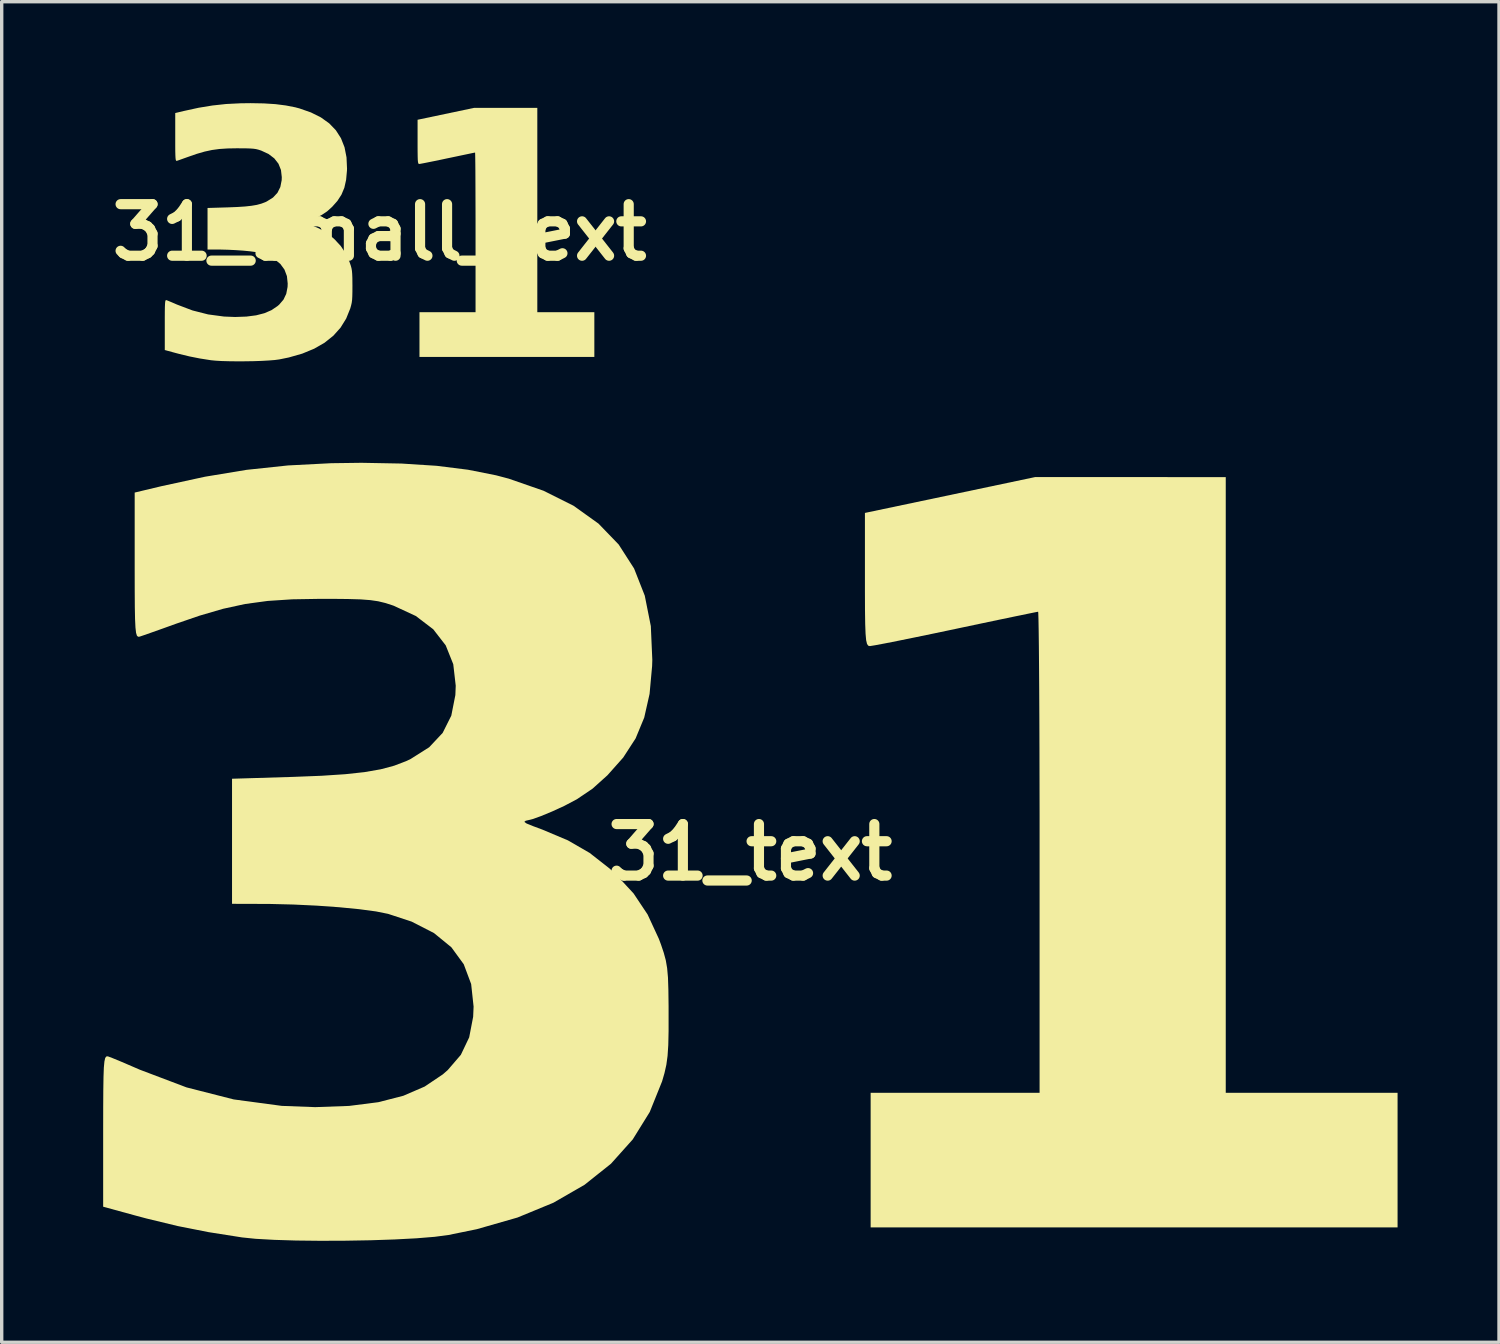
<source format=kicad_pcb>
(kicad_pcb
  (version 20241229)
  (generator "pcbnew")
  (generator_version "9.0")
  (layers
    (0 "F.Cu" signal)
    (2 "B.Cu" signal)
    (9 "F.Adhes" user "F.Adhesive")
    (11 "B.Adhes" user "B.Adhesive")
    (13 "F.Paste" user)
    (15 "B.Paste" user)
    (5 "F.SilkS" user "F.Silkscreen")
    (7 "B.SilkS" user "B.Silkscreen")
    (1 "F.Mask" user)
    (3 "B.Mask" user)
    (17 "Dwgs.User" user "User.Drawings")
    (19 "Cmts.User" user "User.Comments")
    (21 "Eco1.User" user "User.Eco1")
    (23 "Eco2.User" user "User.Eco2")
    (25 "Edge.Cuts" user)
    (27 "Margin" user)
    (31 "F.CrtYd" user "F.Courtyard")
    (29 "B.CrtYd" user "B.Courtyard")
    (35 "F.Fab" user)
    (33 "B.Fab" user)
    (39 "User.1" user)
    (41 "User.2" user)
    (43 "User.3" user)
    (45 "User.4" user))
  (footprint "31_small_text"
    (layer "F.Cu")
    (at 8.172 3.821)
    (property "Reference" "31_small_text" (at 0 0 0) (layer "F.SilkS") (effects (font (size 1.524 1.524) (thickness 0.3))))
    (attr board_only exclude_from_pos_files exclude_from_bom)
    (fp_poly (pts (xy 3.73 -3.681) (xy 4.664 -3.681) (xy 4.664 2.36) (xy 6.35 2.36) (xy 6.35 3.681) (xy 1.18 3.681) (xy 1.18 2.36) (xy 2.838 2.36) (xy 2.838 0) (xy 2.838 -0.359) (xy 2.837 -0.701) (xy 2.836 -1.022) (xy 2.835 -1.319) (xy 2.834 -1.587) (xy 2.833 -1.822) (xy 2.831 -2.019) (xy 2.829 -2.176) (xy 2.827 -2.287) (xy 2.825 -2.349) (xy 2.823 -2.36) (xy 2.793 -2.355) (xy 2.715 -2.339) (xy 2.596 -2.314) (xy 2.443 -2.282) (xy 2.263 -2.244) (xy 2.063 -2.202) (xy 2.014 -2.192) (xy 1.808 -2.148) (xy 1.619 -2.109) (xy 1.454 -2.076) (xy 1.32 -2.049) (xy 1.224 -2.031) (xy 1.175 -2.023) (xy 1.171 -2.023) (xy 1.156 -2.027) (xy 1.145 -2.044) (xy 1.136 -2.081) (xy 1.13 -2.144) (xy 1.127 -2.24) (xy 1.125 -2.375) (xy 1.124 -2.556) (xy 1.124 -2.676) (xy 1.124 -3.33) (xy 2.796 -3.682)) (stroke (width 0) (type solid)) (fill yes) (layer "F.SilkS"))
    (fp_poly (pts (xy -3.423 -3.814) (xy -3.077 -3.792) (xy -2.771 -3.753) (xy -2.495 -3.699) (xy -2.37 -3.666) (xy -2.029 -3.547) (xy -1.735 -3.4) (xy -1.49 -3.225) (xy -1.292 -3.02) (xy -1.141 -2.784) (xy -1.036 -2.518) (xy -0.977 -2.219) (xy -0.962 -1.888) (xy -0.964 -1.826) (xy -0.989 -1.554) (xy -1.041 -1.321) (xy -1.126 -1.117) (xy -1.247 -0.93) (xy -1.402 -0.756) (xy -1.549 -0.623) (xy -1.703 -0.52) (xy -1.827 -0.454) (xy -1.944 -0.4) (xy -2.053 -0.355) (xy -2.137 -0.326) (xy -2.161 -0.319) (xy -2.205 -0.309) (xy -2.218 -0.298) (xy -2.195 -0.282) (xy -2.13 -0.256) (xy -2.04 -0.222) (xy -1.79 -0.117) (xy -1.576 0.007) (xy -1.379 0.161) (xy -1.323 0.212) (xy -1.146 0.404) (xy -1.008 0.61) (xy -0.898 0.849) (xy -0.878 0.904) (xy -0.85 0.986) (xy -0.83 1.059) (xy -0.817 1.136) (xy -0.809 1.229) (xy -0.804 1.35) (xy -0.803 1.51) (xy -0.802 1.573) (xy -0.803 1.754) (xy -0.806 1.891) (xy -0.812 1.998) (xy -0.824 2.085) (xy -0.843 2.166) (xy -0.866 2.248) (xy -0.987 2.548) (xy -1.154 2.817) (xy -1.367 3.055) (xy -1.626 3.262) (xy -1.932 3.438) (xy -2.285 3.584) (xy -2.684 3.698) (xy -2.963 3.755) (xy -3.097 3.773) (xy -3.276 3.787) (xy -3.489 3.799) (xy -3.724 3.807) (xy -3.971 3.811) (xy -4.219 3.812) (xy -4.456 3.809) (xy -4.672 3.803) (xy -4.855 3.792) (xy -4.987 3.779) (xy -5.316 3.727) (xy -5.618 3.667) (xy -5.924 3.593) (xy -6.034 3.564) (xy -6.35 3.478) (xy -6.35 2.733) (xy -6.35 2.509) (xy -6.349 2.335) (xy -6.347 2.206) (xy -6.343 2.114) (xy -6.338 2.053) (xy -6.33 2.019) (xy -6.32 2.004) (xy -6.306 2.002) (xy -6.301 2.003) (xy -6.255 2.021) (xy -6.172 2.055) (xy -6.064 2.101) (xy -5.991 2.133) (xy -5.532 2.307) (xy -5.069 2.425) (xy -4.598 2.488) (xy -4.27 2.501) (xy -3.937 2.489) (xy -3.65 2.452) (xy -3.405 2.389) (xy -3.196 2.299) (xy -3.018 2.179) (xy -2.969 2.137) (xy -2.841 1.988) (xy -2.759 1.816) (xy -2.72 1.614) (xy -2.716 1.514) (xy -2.739 1.293) (xy -2.812 1.099) (xy -2.934 0.932) (xy -3.105 0.793) (xy -3.325 0.68) (xy -3.554 0.604) (xy -3.673 0.58) (xy -3.837 0.558) (xy -4.034 0.539) (xy -4.253 0.524) (xy -4.483 0.513) (xy -4.712 0.507) (xy -4.77 0.507) (xy -5.086 0.506) (xy -5.086 -0.722) (xy -4.486 -0.74) (xy -4.207 -0.751) (xy -3.976 -0.766) (xy -3.786 -0.787) (xy -3.628 -0.814) (xy -3.495 -0.85) (xy -3.378 -0.894) (xy -3.333 -0.916) (xy -3.151 -1.03) (xy -3.019 -1.171) (xy -2.934 -1.341) (xy -2.894 -1.543) (xy -2.891 -1.634) (xy -2.915 -1.845) (xy -2.989 -2.03) (xy -3.112 -2.188) (xy -3.282 -2.318) (xy -3.5 -2.419) (xy -3.512 -2.423) (xy -3.583 -2.446) (xy -3.652 -2.463) (xy -3.728 -2.474) (xy -3.824 -2.481) (xy -3.949 -2.485) (xy -4.115 -2.486) (xy -4.215 -2.487) (xy -4.494 -2.482) (xy -4.736 -2.466) (xy -4.956 -2.436) (xy -5.173 -2.389) (xy -5.404 -2.322) (xy -5.632 -2.243) (xy -5.759 -2.198) (xy -5.87 -2.158) (xy -5.952 -2.129) (xy -5.992 -2.116) (xy -6.007 -2.115) (xy -6.018 -2.125) (xy -6.027 -2.153) (xy -6.033 -2.205) (xy -6.037 -2.288) (xy -6.04 -2.407) (xy -6.041 -2.569) (xy -6.041 -2.78) (xy -6.041 -2.815) (xy -6.041 -3.529) (xy -5.781 -3.591) (xy -5.35 -3.685) (xy -4.942 -3.752) (xy -4.537 -3.796) (xy -4.113 -3.817) (xy -3.816 -3.821)) (stroke (width 0) (type solid)) (fill yes) (layer "F.SilkS")))
  (footprint "31_text"
    (layer "F.Cu")
    (at 19.135 22.148)
    (property "Reference" "31_text" (at 0 0 0) (layer "F.SilkS") (effects (font (size 1.524 1.524) (thickness 0.3))))
    (attr board_only exclude_from_pos_files exclude_from_bom)
    (fp_poly (pts (xy 11.239 -11.093) (xy 14.055 -11.091) (xy 14.055 7.112) (xy 19.135 7.112) (xy 19.135 11.091) (xy 3.556 11.091) (xy 3.556 7.112) (xy 8.551 7.112) (xy 8.551 0) (xy 8.551 -1.081) (xy 8.549 -2.112) (xy 8.547 -3.081) (xy 8.544 -3.975) (xy 8.54 -4.782) (xy 8.535 -5.489) (xy 8.53 -6.085) (xy 8.524 -6.556) (xy 8.518 -6.891) (xy 8.512 -7.077) (xy 8.508 -7.112) (xy 8.417 -7.095) (xy 8.181 -7.047) (xy 7.822 -6.973) (xy 7.361 -6.877) (xy 6.819 -6.763) (xy 6.217 -6.636) (xy 6.067 -6.604) (xy 5.448 -6.474) (xy 4.878 -6.356) (xy 4.381 -6.255) (xy 3.977 -6.175) (xy 3.689 -6.121) (xy 3.541 -6.097) (xy 3.529 -6.096) (xy 3.483 -6.109) (xy 3.449 -6.161) (xy 3.423 -6.271) (xy 3.406 -6.461) (xy 3.395 -6.749) (xy 3.389 -7.156) (xy 3.387 -7.702) (xy 3.387 -8.065) (xy 3.387 -10.033) (xy 5.905 -10.563) (xy 8.424 -11.094)) (stroke (width 0) (type solid)) (fill yes) (layer "F.SilkS"))
    (fp_poly (pts (xy -10.315 -11.493) (xy -9.273 -11.426) (xy -8.349 -11.31) (xy -7.518 -11.145) (xy -7.143 -11.046) (xy -6.113 -10.688) (xy -5.229 -10.246) (xy -4.49 -9.717) (xy -3.894 -9.1) (xy -3.438 -8.39) (xy -3.122 -7.587) (xy -2.943 -6.687) (xy -2.899 -5.689) (xy -2.905 -5.503) (xy -2.98 -4.682) (xy -3.138 -3.982) (xy -3.393 -3.366) (xy -3.759 -2.801) (xy -4.225 -2.277) (xy -4.668 -1.879) (xy -5.132 -1.566) (xy -5.506 -1.369) (xy -5.859 -1.207) (xy -6.187 -1.071) (xy -6.439 -0.981) (xy -6.512 -0.962) (xy -6.643 -0.932) (xy -6.683 -0.899) (xy -6.615 -0.85) (xy -6.42 -0.771) (xy -6.148 -0.67) (xy -5.394 -0.352) (xy -4.749 0.021) (xy -4.156 0.486) (xy -3.988 0.64) (xy -3.454 1.216) (xy -3.039 1.838) (xy -2.706 2.558) (xy -2.644 2.723) (xy -2.561 2.97) (xy -2.501 3.191) (xy -2.461 3.423) (xy -2.436 3.703) (xy -2.424 4.067) (xy -2.418 4.552) (xy -2.418 4.741) (xy -2.418 5.286) (xy -2.427 5.7) (xy -2.448 6.019) (xy -2.484 6.283) (xy -2.539 6.528) (xy -2.61 6.773) (xy -2.975 7.679) (xy -3.478 8.49) (xy -4.12 9.207) (xy -4.901 9.83) (xy -5.822 10.361) (xy -6.885 10.799) (xy -8.089 11.144) (xy -8.93 11.316) (xy -9.333 11.369) (xy -9.872 11.413) (xy -10.513 11.447) (xy -11.222 11.471) (xy -11.967 11.484) (xy -12.714 11.487) (xy -13.429 11.479) (xy -14.078 11.459) (xy -14.629 11.428) (xy -15.028 11.387) (xy -16.019 11.231) (xy -16.93 11.051) (xy -17.852 10.828) (xy -18.182 10.74) (xy -19.135 10.479) (xy -19.135 8.235) (xy -19.134 7.561) (xy -19.131 7.037) (xy -19.125 6.646) (xy -19.115 6.369) (xy -19.098 6.187) (xy -19.075 6.083) (xy -19.043 6.038) (xy -19.002 6.033) (xy -18.986 6.037) (xy -18.849 6.089) (xy -18.597 6.193) (xy -18.274 6.332) (xy -18.052 6.428) (xy -16.671 6.951) (xy -15.276 7.307) (xy -13.854 7.498) (xy -12.866 7.535) (xy -11.863 7.499) (xy -10.999 7.389) (xy -10.26 7.199) (xy -9.63 6.927) (xy -9.094 6.567) (xy -8.948 6.44) (xy -8.56 5.989) (xy -8.313 5.471) (xy -8.196 4.864) (xy -8.183 4.562) (xy -8.255 3.896) (xy -8.474 3.311) (xy -8.84 2.809) (xy -9.355 2.388) (xy -10.018 2.049) (xy -10.71 1.821) (xy -11.068 1.749) (xy -11.562 1.683) (xy -12.155 1.625) (xy -12.815 1.578) (xy -13.508 1.545) (xy -14.197 1.528) (xy -14.372 1.527) (xy -15.325 1.524) (xy -15.325 -2.174) (xy -13.517 -2.229) (xy -12.676 -2.262) (xy -11.981 -2.308) (xy -11.408 -2.37) (xy -10.932 -2.453) (xy -10.531 -2.56) (xy -10.179 -2.694) (xy -10.043 -2.759) (xy -9.496 -3.105) (xy -9.098 -3.529) (xy -8.842 -4.04) (xy -8.722 -4.648) (xy -8.711 -4.924) (xy -8.784 -5.56) (xy -9.007 -6.117) (xy -9.376 -6.593) (xy -9.89 -6.985) (xy -10.545 -7.289) (xy -10.583 -7.302) (xy -10.797 -7.371) (xy -11.004 -7.421) (xy -11.235 -7.455) (xy -11.524 -7.477) (xy -11.901 -7.488) (xy -12.4 -7.493) (xy -12.7 -7.493) (xy -13.543 -7.479) (xy -14.271 -7.431) (xy -14.935 -7.341) (xy -15.588 -7.199) (xy -16.283 -6.996) (xy -16.971 -6.76) (xy -17.354 -6.622) (xy -17.689 -6.503) (xy -17.937 -6.416) (xy -18.055 -6.376) (xy -18.101 -6.372) (xy -18.136 -6.402) (xy -18.162 -6.487) (xy -18.18 -6.644) (xy -18.192 -6.893) (xy -18.199 -7.252) (xy -18.202 -7.741) (xy -18.203 -8.377) (xy -18.203 -8.482) (xy -18.203 -10.635) (xy -17.42 -10.822) (xy -16.121 -11.104) (xy -14.893 -11.307) (xy -13.671 -11.437) (xy -12.394 -11.503) (xy -11.498 -11.515)) (stroke (width 0) (type solid)) (fill yes) (layer "F.SilkS")))
  (gr_rect
    (start -3 -3)
    (end 41.269 36.635)
    (stroke (width 0.1) (type default))
    (fill no)
    (layer "Edge.Cuts")))
</source>
